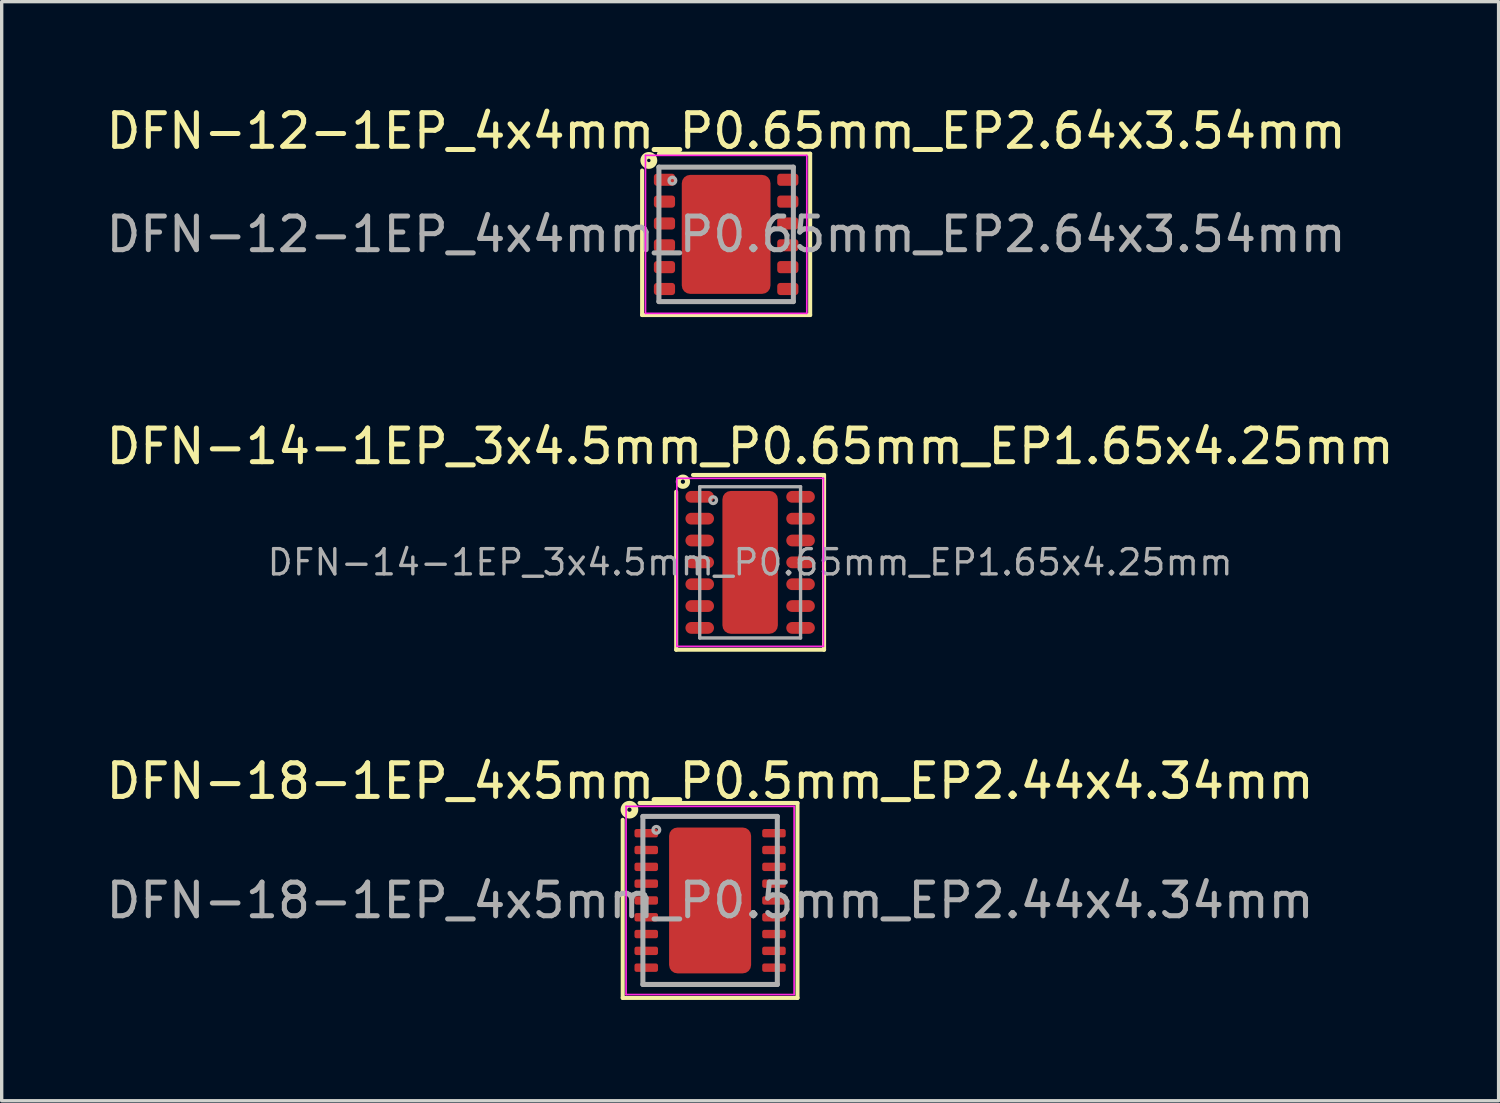
<source format=kicad_pcb>
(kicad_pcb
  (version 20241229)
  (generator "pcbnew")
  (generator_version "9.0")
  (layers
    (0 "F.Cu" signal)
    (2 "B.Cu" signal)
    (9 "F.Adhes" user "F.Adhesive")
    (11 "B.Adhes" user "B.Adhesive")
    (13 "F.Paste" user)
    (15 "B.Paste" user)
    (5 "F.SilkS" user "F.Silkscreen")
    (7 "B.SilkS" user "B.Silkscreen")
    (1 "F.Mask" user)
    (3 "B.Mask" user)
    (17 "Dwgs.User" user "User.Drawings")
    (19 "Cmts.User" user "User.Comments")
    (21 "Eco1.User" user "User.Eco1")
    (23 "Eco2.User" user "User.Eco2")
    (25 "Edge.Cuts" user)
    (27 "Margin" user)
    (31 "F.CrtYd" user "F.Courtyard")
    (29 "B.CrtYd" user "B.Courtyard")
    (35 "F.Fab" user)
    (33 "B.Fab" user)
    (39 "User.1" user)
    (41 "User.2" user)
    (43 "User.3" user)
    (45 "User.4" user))
  (footprint "DFN-18-1EP_4x5mm_P0.5mm_EP2.44x4.34mm"
    (layer "F.Cu")
    (at 18.077 23.74)
    (property "Reference" "DFN-18-1EP_4x5mm_P0.5mm_EP2.44x4.34mm" (at 0 -3.55 0) (layer "F.SilkS") (effects (font (size 1 1) (thickness 0.15))))
    (attr smd)
    (fp_line (start -2.6 2.9) (end -2.6 -2.4) (stroke (width 0.12) (type solid)) (layer "F.SilkS"))
    (fp_line (start -2.1 -2.9) (end 2.6 -2.9) (stroke (width 0.12) (type solid)) (layer "F.SilkS"))
    (fp_line (start 2.6 -2.9) (end 2.6 2.9) (stroke (width 0.12) (type solid)) (layer "F.SilkS"))
    (fp_line (start 2.6 2.9) (end -2.6 2.9) (stroke (width 0.12) (type solid)) (layer "F.SilkS"))
    (fp_circle (center -2.4 -2.7) (end -2.337 -2.7) (stroke (width 0.2) (type solid)) (fill no) (layer "F.SilkS"))
    (fp_line (start -2.5 -2.8) (end -2.5 2.8) (stroke (width 0.05) (type solid)) (layer "F.CrtYd"))
    (fp_line (start -2.5 -2.8) (end 2.5 -2.8) (stroke (width 0.05) (type solid)) (layer "F.CrtYd"))
    (fp_line (start -2.5 2.8) (end 2.5 2.8) (stroke (width 0.05) (type solid)) (layer "F.CrtYd"))
    (fp_line (start 2.5 -2.8) (end 2.5 2.8) (stroke (width 0.05) (type solid)) (layer "F.CrtYd"))
    (fp_line (start -2 -2.5) (end 2 -2.5) (stroke (width 0.15) (type solid)) (layer "F.Fab"))
    (fp_line (start -2 2.5) (end -2 -2.5) (stroke (width 0.15) (type solid)) (layer "F.Fab"))
    (fp_line (start 2 -2.5) (end 2 2.5) (stroke (width 0.15) (type solid)) (layer "F.Fab"))
    (fp_line (start 2 2.5) (end -2 2.5) (stroke (width 0.15) (type solid)) (layer "F.Fab"))
    (fp_circle (center -1.6 -2.1) (end -1.5 -2.1) (stroke (width 0.1) (type solid)) (fill no) (layer "F.Fab"))
    (fp_text user "${REFERENCE}" (at 0 0 0) (layer "F.Fab") (effects (font (size 1 1) (thickness 0.15))))
    (pad "" smd roundrect (at -0.61 -1.627) (size 1 0.86) (layers "F.Paste") (roundrect_rratio 0.25))
    (pad "" smd roundrect (at -0.61 -0.542) (size 1 0.86) (layers "F.Paste") (roundrect_rratio 0.25))
    (pad "" smd roundrect (at -0.61 0.542) (size 1 0.86) (layers "F.Paste") (roundrect_rratio 0.25))
    (pad "" smd roundrect (at -0.61 1.627) (size 1 0.86) (layers "F.Paste") (roundrect_rratio 0.25))
    (pad "" smd roundrect (at 0.61 -1.627) (size 1 0.86) (layers "F.Paste") (roundrect_rratio 0.25))
    (pad "" smd roundrect (at 0.61 -0.542) (size 1 0.86) (layers "F.Paste") (roundrect_rratio 0.25))
    (pad "" smd roundrect (at 0.61 0.542) (size 1 0.86) (layers "F.Paste") (roundrect_rratio 0.25))
    (pad "" smd roundrect (at 0.61 1.627) (size 1 0.86) (layers "F.Paste") (roundrect_rratio 0.25))
    (pad "1" smd roundrect (at -1.9 -2) (size 0.7 0.25) (layers "F.Cu" "F.Mask" "F.Paste") (roundrect_rratio 0.25))
    (pad "2" smd roundrect (at -1.9 -1.5) (size 0.7 0.25) (layers "F.Cu" "F.Mask" "F.Paste") (roundrect_rratio 0.25))
    (pad "3" smd roundrect (at -1.9 -1) (size 0.7 0.25) (layers "F.Cu" "F.Mask" "F.Paste") (roundrect_rratio 0.25))
    (pad "4" smd roundrect (at -1.9 -0.5) (size 0.7 0.25) (layers "F.Cu" "F.Mask" "F.Paste") (roundrect_rratio 0.25))
    (pad "5" smd roundrect (at -1.9 0) (size 0.7 0.25) (layers "F.Cu" "F.Mask" "F.Paste") (roundrect_rratio 0.25))
    (pad "6" smd roundrect (at -1.9 0.5) (size 0.7 0.25) (layers "F.Cu" "F.Mask" "F.Paste") (roundrect_rratio 0.25))
    (pad "7" smd roundrect (at -1.9 1) (size 0.7 0.25) (layers "F.Cu" "F.Mask" "F.Paste") (roundrect_rratio 0.25))
    (pad "8" smd roundrect (at -1.9 1.5) (size 0.7 0.25) (layers "F.Cu" "F.Mask" "F.Paste") (roundrect_rratio 0.25))
    (pad "9" smd roundrect (at -1.9 2) (size 0.7 0.25) (layers "F.Cu" "F.Mask" "F.Paste") (roundrect_rratio 0.25))
    (pad "10" smd roundrect (at 1.9 2) (size 0.7 0.25) (layers "F.Cu" "F.Mask" "F.Paste") (roundrect_rratio 0.25))
    (pad "11" smd roundrect (at 1.9 1.5) (size 0.7 0.25) (layers "F.Cu" "F.Mask" "F.Paste") (roundrect_rratio 0.25))
    (pad "12" smd roundrect (at 1.9 1) (size 0.7 0.25) (layers "F.Cu" "F.Mask" "F.Paste") (roundrect_rratio 0.25))
    (pad "13" smd roundrect (at 1.9 0.5) (size 0.7 0.25) (layers "F.Cu" "F.Mask" "F.Paste") (roundrect_rratio 0.25))
    (pad "14" smd roundrect (at 1.9 0) (size 0.7 0.25) (layers "F.Cu" "F.Mask" "F.Paste") (roundrect_rratio 0.25))
    (pad "15" smd roundrect (at 1.9 -0.5) (size 0.7 0.25) (layers "F.Cu" "F.Mask" "F.Paste") (roundrect_rratio 0.25))
    (pad "16" smd roundrect (at 1.9 -1) (size 0.7 0.25) (layers "F.Cu" "F.Mask" "F.Paste") (roundrect_rratio 0.25))
    (pad "17" smd roundrect (at 1.9 -1.5) (size 0.7 0.25) (layers "F.Cu" "F.Mask" "F.Paste") (roundrect_rratio 0.25))
    (pad "18" smd roundrect (at 1.9 -2) (size 0.7 0.25) (layers "F.Cu" "F.Mask" "F.Paste") (roundrect_rratio 0.25))
    (pad "19" smd roundrect (at 0 0) (size 2.44 4.34) (layers "F.Cu" "F.Mask") (roundrect_rratio 0.102)))
  (footprint "DFN-14-1EP_3x4.5mm_P0.65mm_EP1.65x4.25mm"
    (layer "F.Cu")
    (at 19.268 13.681)
    (property "Reference" "DFN-14-1EP_3x4.5mm_P0.65mm_EP1.65x4.25mm" (at 0 -3.45 0) (layer "F.SilkS") (effects (font (size 1 1) (thickness 0.15))))
    (attr smd)
    (fp_line (start -2.2 2.6) (end -2.2 -2.1) (stroke (width 0.12) (type solid)) (layer "F.SilkS"))
    (fp_line (start 2.2 -2.6) (end -1.7 -2.6) (stroke (width 0.12) (type solid)) (layer "F.SilkS"))
    (fp_line (start 2.2 -2.6) (end 2.2 2.6) (stroke (width 0.12) (type solid)) (layer "F.SilkS"))
    (fp_line (start 2.2 2.6) (end -2.2 2.6) (stroke (width 0.12) (type solid)) (layer "F.SilkS"))
    (fp_circle (center -2 -2.4) (end -1.937 -2.4) (stroke (width 0.15) (type solid)) (fill no) (layer "F.SilkS"))
    (fp_line (start -2.18 -2.5) (end -2.18 2.5) (stroke (width 0.05) (type solid)) (layer "F.CrtYd"))
    (fp_line (start -2.18 2.5) (end 2.18 2.5) (stroke (width 0.05) (type solid)) (layer "F.CrtYd"))
    (fp_line (start 2.18 -2.5) (end -2.18 -2.5) (stroke (width 0.05) (type solid)) (layer "F.CrtYd"))
    (fp_line (start 2.18 2.5) (end 2.18 -2.5) (stroke (width 0.05) (type solid)) (layer "F.CrtYd"))
    (fp_line (start -1.5 2.25) (end -1.5 -2.25) (stroke (width 0.1) (type solid)) (layer "F.Fab"))
    (fp_line (start -1.5 2.25) (end 1.5 2.25) (stroke (width 0.1) (type solid)) (layer "F.Fab"))
    (fp_line (start 1.5 -2.25) (end -1.5 -2.25) (stroke (width 0.1) (type solid)) (layer "F.Fab"))
    (fp_line (start 1.5 2.25) (end 1.5 -2.25) (stroke (width 0.1) (type solid)) (layer "F.Fab"))
    (fp_circle (center -1.1 -1.85) (end -1 -1.85) (stroke (width 0.1) (type solid)) (fill no) (layer "F.Fab"))
    (fp_text user "${REFERENCE}" (at 0 0 0) (layer "F.Fab") (effects (font (size 0.75 0.75) (thickness 0.1))))
    (pad "" smd roundrect (at -0.412 -1.594) (size 0.66 0.85) (layers "F.Paste") (roundrect_rratio 0.25))
    (pad "" smd roundrect (at -0.412 -0.531) (size 0.66 0.85) (layers "F.Paste") (roundrect_rratio 0.25))
    (pad "" smd roundrect (at -0.412 0.531) (size 0.66 0.85) (layers "F.Paste") (roundrect_rratio 0.25))
    (pad "" smd roundrect (at -0.412 1.594) (size 0.66 0.85) (layers "F.Paste") (roundrect_rratio 0.25))
    (pad "" smd roundrect (at 0.412 -1.594) (size 0.66 0.85) (layers "F.Paste") (roundrect_rratio 0.25))
    (pad "" smd roundrect (at 0.412 -0.531) (size 0.66 0.85) (layers "F.Paste") (roundrect_rratio 0.25))
    (pad "" smd roundrect (at 0.412 0.531) (size 0.66 0.85) (layers "F.Paste") (roundrect_rratio 0.25))
    (pad "" smd roundrect (at 0.412 1.594) (size 0.66 0.85) (layers "F.Paste") (roundrect_rratio 0.25))
    (pad "1" smd oval (at -1.5 -1.95) (size 0.85 0.35) (layers "F.Cu" "F.Mask" "F.Paste"))
    (pad "2" smd oval (at -1.5 -1.3) (size 0.85 0.35) (layers "F.Cu" "F.Mask" "F.Paste"))
    (pad "3" smd oval (at -1.5 -0.65) (size 0.85 0.35) (layers "F.Cu" "F.Mask" "F.Paste"))
    (pad "4" smd oval (at -1.5 0) (size 0.85 0.35) (layers "F.Cu" "F.Mask" "F.Paste"))
    (pad "5" smd oval (at -1.5 0.65) (size 0.85 0.35) (layers "F.Cu" "F.Mask" "F.Paste"))
    (pad "6" smd oval (at -1.5 1.3) (size 0.85 0.35) (layers "F.Cu" "F.Mask" "F.Paste"))
    (pad "7" smd oval (at -1.5 1.95) (size 0.85 0.35) (layers "F.Cu" "F.Mask" "F.Paste"))
    (pad "8" smd oval (at 1.5 1.95) (size 0.85 0.35) (layers "F.Cu" "F.Mask" "F.Paste"))
    (pad "9" smd oval (at 1.5 1.3) (size 0.85 0.35) (layers "F.Cu" "F.Mask" "F.Paste"))
    (pad "10" smd oval (at 1.5 0.65) (size 0.85 0.35) (layers "F.Cu" "F.Mask" "F.Paste"))
    (pad "11" smd oval (at 1.5 0) (size 0.85 0.35) (layers "F.Cu" "F.Mask" "F.Paste"))
    (pad "12" smd oval (at 1.5 -0.65) (size 0.85 0.35) (layers "F.Cu" "F.Mask" "F.Paste"))
    (pad "13" smd oval (at 1.5 -1.3) (size 0.85 0.35) (layers "F.Cu" "F.Mask" "F.Paste"))
    (pad "14" smd oval (at 1.5 -1.95) (size 0.85 0.35) (layers "F.Cu" "F.Mask" "F.Paste"))
    (pad "15" smd roundrect (at 0 0) (size 1.65 4.25) (layers "F.Cu" "F.Mask") (roundrect_rratio 0.152)))
  (footprint "DFN-12-1EP_4x4mm_P0.65mm_EP2.64x3.54mm"
    (layer "F.Cu")
    (at 18.554 3.923)
    (property "Reference" "DFN-12-1EP_4x4mm_P0.65mm_EP2.64x3.54mm" (at 0 -3.075 0) (layer "F.SilkS") (effects (font (size 1 1) (thickness 0.15))))
    (attr smd)
    (fp_line (start -2.5 2.4) (end -2.5 -1.9) (stroke (width 0.12) (type solid)) (layer "F.SilkS"))
    (fp_line (start -2 -2.4) (end 2.5 -2.4) (stroke (width 0.12) (type solid)) (layer "F.SilkS"))
    (fp_line (start 2.5 -2.4) (end 2.5 2.4) (stroke (width 0.12) (type solid)) (layer "F.SilkS"))
    (fp_line (start 2.5 2.4) (end -2.5 2.4) (stroke (width 0.12) (type solid)) (layer "F.SilkS"))
    (fp_circle (center -2.3 -2.2) (end -2.249 -2.2) (stroke (width 0.2) (type solid)) (fill no) (layer "F.SilkS"))
    (fp_line (start -2.4 -2.35) (end -2.4 2.35) (stroke (width 0.05) (type solid)) (layer "F.CrtYd"))
    (fp_line (start -2.4 -2.35) (end 2.4 -2.35) (stroke (width 0.05) (type solid)) (layer "F.CrtYd"))
    (fp_line (start -2.4 2.35) (end 2.4 2.35) (stroke (width 0.05) (type solid)) (layer "F.CrtYd"))
    (fp_line (start 2.4 -2.35) (end 2.4 2.35) (stroke (width 0.05) (type solid)) (layer "F.CrtYd"))
    (fp_line (start -2 -2) (end 2 -2) (stroke (width 0.15) (type solid)) (layer "F.Fab"))
    (fp_line (start -2 2) (end -2 -2) (stroke (width 0.15) (type solid)) (layer "F.Fab"))
    (fp_line (start 2 -2) (end 2 2) (stroke (width 0.15) (type solid)) (layer "F.Fab"))
    (fp_line (start 2 2) (end -2 2) (stroke (width 0.15) (type solid)) (layer "F.Fab"))
    (fp_circle (center -1.6 -1.6) (end -1.5 -1.6) (stroke (width 0.1) (type solid)) (fill no) (layer "F.Fab"))
    (fp_text user "${REFERENCE}" (at 0 0 0) (layer "F.Fab") (effects (font (size 1 1) (thickness 0.15))))
    (pad "" smd roundrect (at -0.66 -1.327) (size 1.1 0.7) (layers "F.Paste") (roundrect_rratio 0.25))
    (pad "" smd roundrect (at -0.66 -0.443) (size 1.1 0.7) (layers "F.Paste") (roundrect_rratio 0.25))
    (pad "" smd roundrect (at -0.66 0.443) (size 1.1 0.7) (layers "F.Paste") (roundrect_rratio 0.25))
    (pad "" smd roundrect (at -0.66 1.327) (size 1.1 0.7) (layers "F.Paste") (roundrect_rratio 0.25))
    (pad "" smd roundrect (at 0.66 -1.327) (size 1.1 0.7) (layers "F.Paste") (roundrect_rratio 0.25))
    (pad "" smd roundrect (at 0.66 -0.443) (size 1.1 0.7) (layers "F.Paste") (roundrect_rratio 0.25))
    (pad "" smd roundrect (at 0.66 0.443) (size 1.1 0.7) (layers "F.Paste") (roundrect_rratio 0.25))
    (pad "" smd roundrect (at 0.66 1.327) (size 1.1 0.7) (layers "F.Paste") (roundrect_rratio 0.25))
    (pad "1" smd roundrect (at -1.835 -1.625) (size 0.63 0.36) (layers "F.Cu" "F.Mask" "F.Paste") (roundrect_rratio 0.25))
    (pad "2" smd roundrect (at -1.835 -0.975) (size 0.63 0.36) (layers "F.Cu" "F.Mask" "F.Paste") (roundrect_rratio 0.25))
    (pad "3" smd roundrect (at -1.835 -0.325) (size 0.63 0.36) (layers "F.Cu" "F.Mask" "F.Paste") (roundrect_rratio 0.25))
    (pad "4" smd roundrect (at -1.835 0.325) (size 0.63 0.36) (layers "F.Cu" "F.Mask" "F.Paste") (roundrect_rratio 0.25))
    (pad "5" smd roundrect (at -1.835 0.975) (size 0.63 0.36) (layers "F.Cu" "F.Mask" "F.Paste") (roundrect_rratio 0.25))
    (pad "6" smd roundrect (at -1.835 1.625) (size 0.63 0.36) (layers "F.Cu" "F.Mask" "F.Paste") (roundrect_rratio 0.25))
    (pad "7" smd roundrect (at 1.835 1.625) (size 0.63 0.36) (layers "F.Cu" "F.Mask" "F.Paste") (roundrect_rratio 0.25))
    (pad "8" smd roundrect (at 1.835 0.975) (size 0.63 0.36) (layers "F.Cu" "F.Mask" "F.Paste") (roundrect_rratio 0.25))
    (pad "9" smd roundrect (at 1.835 0.325) (size 0.63 0.36) (layers "F.Cu" "F.Mask" "F.Paste") (roundrect_rratio 0.25))
    (pad "10" smd roundrect (at 1.835 -0.325) (size 0.63 0.36) (layers "F.Cu" "F.Mask" "F.Paste") (roundrect_rratio 0.25))
    (pad "11" smd roundrect (at 1.835 -0.975) (size 0.63 0.36) (layers "F.Cu" "F.Mask" "F.Paste") (roundrect_rratio 0.25))
    (pad "12" smd roundrect (at 1.835 -1.625) (size 0.63 0.36) (layers "F.Cu" "F.Mask" "F.Paste") (roundrect_rratio 0.25))
    (pad "13" smd roundrect (at 0 0) (size 2.64 3.54) (layers "F.Cu" "F.Mask") (roundrect_rratio 0.095)))
  (gr_rect
    (start -3 -3)
    (end 41.536 29.7)
    (stroke (width 0.1) (type default))
    (fill no)
    (layer "Edge.Cuts")))
</source>
